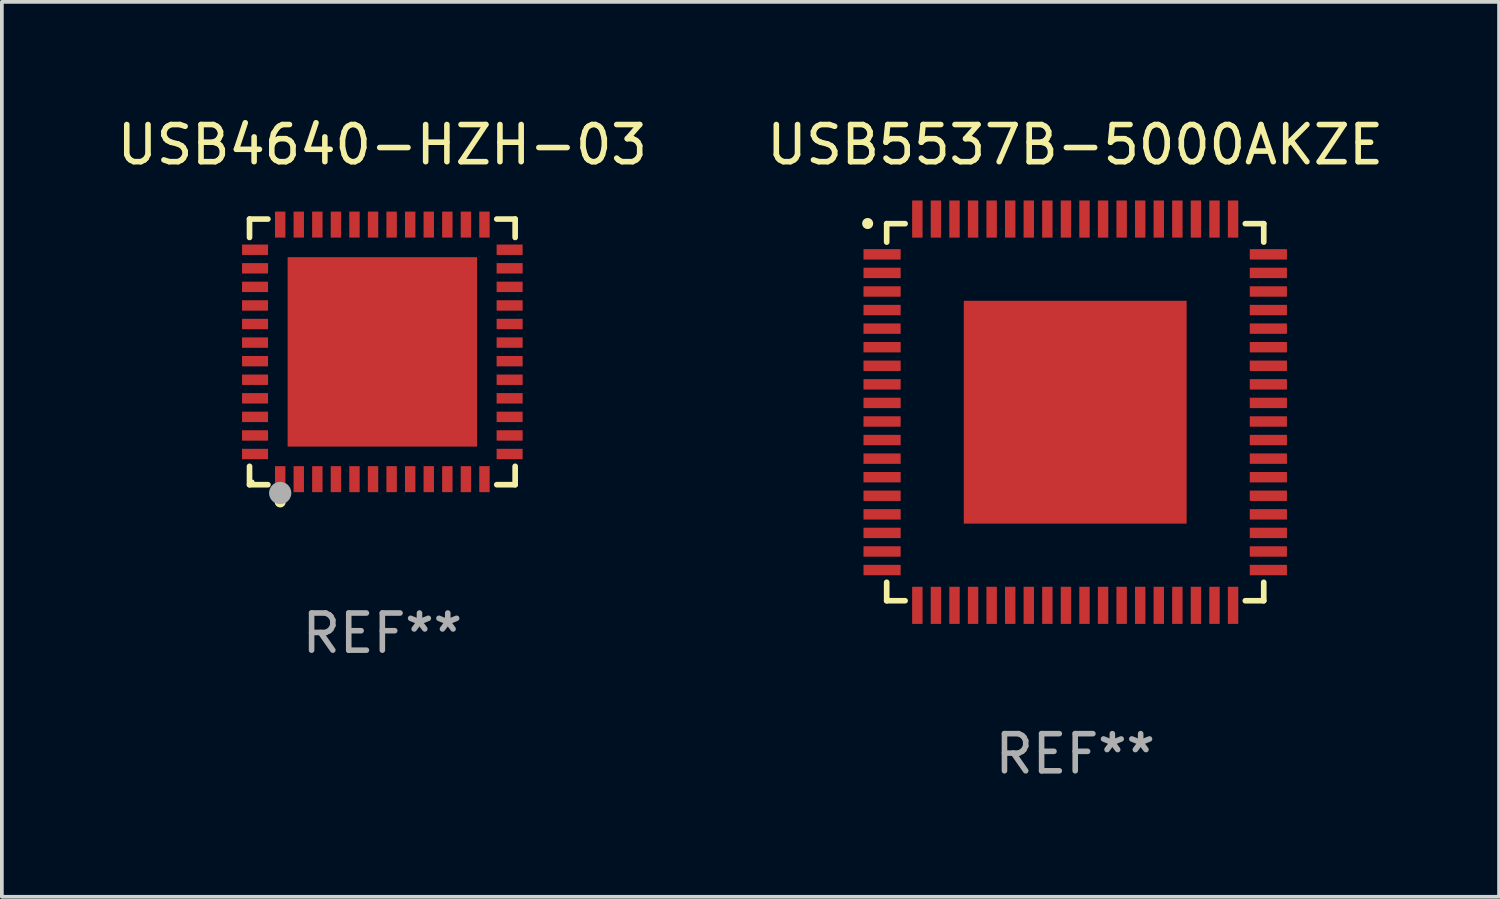
<source format=kicad_pcb>
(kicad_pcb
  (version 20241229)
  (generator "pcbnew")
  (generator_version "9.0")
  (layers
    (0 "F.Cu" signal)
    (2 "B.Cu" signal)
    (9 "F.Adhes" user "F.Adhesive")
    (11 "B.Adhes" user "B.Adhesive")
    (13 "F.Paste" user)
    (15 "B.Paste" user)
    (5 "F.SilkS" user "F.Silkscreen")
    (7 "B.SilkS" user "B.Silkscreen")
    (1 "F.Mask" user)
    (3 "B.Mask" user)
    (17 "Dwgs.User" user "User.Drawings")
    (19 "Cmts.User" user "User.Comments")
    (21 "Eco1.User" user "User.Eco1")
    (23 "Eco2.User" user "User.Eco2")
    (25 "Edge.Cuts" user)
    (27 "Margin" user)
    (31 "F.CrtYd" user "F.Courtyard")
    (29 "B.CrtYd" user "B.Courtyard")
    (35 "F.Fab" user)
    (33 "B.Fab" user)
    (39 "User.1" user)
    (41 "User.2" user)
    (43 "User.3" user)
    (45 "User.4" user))
  (footprint "USB5537B-5000AKZE"
    (layer "F.Cu")
    (at 25.899 8.048)
    (property "Reference" "USB5537B-5000AKZE" (at 0 -7.2 0) (layer "F.SilkS") (effects (font (size 1 1) (thickness 0.15))))
    (attr through_hole)
    (fp_line (start -5.076 -5.076) (end -5.076 -4.58) (stroke (width 0.152) (type solid)) (layer "F.SilkS"))
    (fp_line (start -5.076 5.076) (end -5.076 4.58) (stroke (width 0.152) (type solid)) (layer "F.SilkS"))
    (fp_line (start -4.58 -5.076) (end -5.076 -5.076) (stroke (width 0.152) (type solid)) (layer "F.SilkS"))
    (fp_line (start -4.58 5.076) (end -5.076 5.076) (stroke (width 0.152) (type solid)) (layer "F.SilkS"))
    (fp_line (start 4.58 -5.076) (end 5.076 -5.076) (stroke (width 0.152) (type solid)) (layer "F.SilkS"))
    (fp_line (start 4.58 5.076) (end 5.076 5.076) (stroke (width 0.152) (type solid)) (layer "F.SilkS"))
    (fp_line (start 5.076 -5.076) (end 5.076 -4.58) (stroke (width 0.152) (type solid)) (layer "F.SilkS"))
    (fp_line (start 5.076 5.076) (end 5.076 4.58) (stroke (width 0.152) (type solid)) (layer "F.SilkS"))
    (fp_circle (center -5.588 -5.08) (end -5.513 -5.08) (stroke (width 0.15) (type solid)) (fill no) (layer "F.SilkS"))
    (fp_text user "REF**" (at 0 9.2 0) (layer "F.Fab") (effects (font (size 1 1) (thickness 0.15))))
    (pad "1" smd rect (at -5.2 -4.25 270) (size 0.28 1) (layers "F.Cu" "F.Mask" "F.Paste"))
    (pad "2" smd rect (at -5.2 -3.75 270) (size 0.28 1) (layers "F.Cu" "F.Mask" "F.Paste"))
    (pad "3" smd rect (at -5.2 -3.25 270) (size 0.28 1) (layers "F.Cu" "F.Mask" "F.Paste"))
    (pad "4" smd rect (at -5.2 -2.75 270) (size 0.28 1) (layers "F.Cu" "F.Mask" "F.Paste"))
    (pad "5" smd rect (at -5.2 -2.25 270) (size 0.28 1) (layers "F.Cu" "F.Mask" "F.Paste"))
    (pad "6" smd rect (at -5.2 -1.75 270) (size 0.28 1) (layers "F.Cu" "F.Mask" "F.Paste"))
    (pad "7" smd rect (at -5.2 -1.25 270) (size 0.28 1) (layers "F.Cu" "F.Mask" "F.Paste"))
    (pad "8" smd rect (at -5.2 -0.75 270) (size 0.28 1) (layers "F.Cu" "F.Mask" "F.Paste"))
    (pad "9" smd rect (at -5.2 -0.25 270) (size 0.28 1) (layers "F.Cu" "F.Mask" "F.Paste"))
    (pad "10" smd rect (at -5.2 0.25 270) (size 0.28 1) (layers "F.Cu" "F.Mask" "F.Paste"))
    (pad "11" smd rect (at -5.2 0.75 270) (size 0.28 1) (layers "F.Cu" "F.Mask" "F.Paste"))
    (pad "12" smd rect (at -5.2 1.25 270) (size 0.28 1) (layers "F.Cu" "F.Mask" "F.Paste"))
    (pad "13" smd rect (at -5.2 1.75 270) (size 0.28 1) (layers "F.Cu" "F.Mask" "F.Paste"))
    (pad "14" smd rect (at -5.2 2.25 270) (size 0.28 1) (layers "F.Cu" "F.Mask" "F.Paste"))
    (pad "15" smd rect (at -5.2 2.75 270) (size 0.28 1) (layers "F.Cu" "F.Mask" "F.Paste"))
    (pad "16" smd rect (at -5.2 3.25 270) (size 0.28 1) (layers "F.Cu" "F.Mask" "F.Paste"))
    (pad "17" smd rect (at -5.2 3.75 270) (size 0.28 1) (layers "F.Cu" "F.Mask" "F.Paste"))
    (pad "18" smd rect (at -5.2 4.25 270) (size 0.28 1) (layers "F.Cu" "F.Mask" "F.Paste"))
    (pad "19" smd rect (at -4.25 5.2 270) (size 1 0.28) (layers "F.Cu" "F.Mask" "F.Paste"))
    (pad "20" smd rect (at -3.75 5.2 270) (size 1 0.28) (layers "F.Cu" "F.Mask" "F.Paste"))
    (pad "21" smd rect (at -3.25 5.2 270) (size 1 0.28) (layers "F.Cu" "F.Mask" "F.Paste"))
    (pad "22" smd rect (at -2.75 5.2 270) (size 1 0.28) (layers "F.Cu" "F.Mask" "F.Paste"))
    (pad "23" smd rect (at -2.25 5.2 270) (size 1 0.28) (layers "F.Cu" "F.Mask" "F.Paste"))
    (pad "24" smd rect (at -1.75 5.2 270) (size 1 0.28) (layers "F.Cu" "F.Mask" "F.Paste"))
    (pad "25" smd rect (at -1.25 5.2 270) (size 1 0.28) (layers "F.Cu" "F.Mask" "F.Paste"))
    (pad "26" smd rect (at -0.75 5.2 270) (size 1 0.28) (layers "F.Cu" "F.Mask" "F.Paste"))
    (pad "27" smd rect (at -0.25 5.2 270) (size 1 0.28) (layers "F.Cu" "F.Mask" "F.Paste"))
    (pad "28" smd rect (at 0.25 5.2 270) (size 1 0.28) (layers "F.Cu" "F.Mask" "F.Paste"))
    (pad "29" smd rect (at 0.75 5.2 270) (size 1 0.28) (layers "F.Cu" "F.Mask" "F.Paste"))
    (pad "30" smd rect (at 1.25 5.2 270) (size 1 0.28) (layers "F.Cu" "F.Mask" "F.Paste"))
    (pad "31" smd rect (at 1.75 5.2 270) (size 1 0.28) (layers "F.Cu" "F.Mask" "F.Paste"))
    (pad "32" smd rect (at 2.25 5.2 270) (size 1 0.28) (layers "F.Cu" "F.Mask" "F.Paste"))
    (pad "33" smd rect (at 2.75 5.2 270) (size 1 0.28) (layers "F.Cu" "F.Mask" "F.Paste"))
    (pad "34" smd rect (at 3.25 5.2 270) (size 1 0.28) (layers "F.Cu" "F.Mask" "F.Paste"))
    (pad "35" smd rect (at 3.75 5.2 270) (size 1 0.28) (layers "F.Cu" "F.Mask" "F.Paste"))
    (pad "36" smd rect (at 4.25 5.2 270) (size 1 0.28) (layers "F.Cu" "F.Mask" "F.Paste"))
    (pad "37" smd rect (at 5.2 4.25 270) (size 0.28 1) (layers "F.Cu" "F.Mask" "F.Paste"))
    (pad "38" smd rect (at 5.2 3.75 270) (size 0.28 1) (layers "F.Cu" "F.Mask" "F.Paste"))
    (pad "39" smd rect (at 5.2 3.25 270) (size 0.28 1) (layers "F.Cu" "F.Mask" "F.Paste"))
    (pad "40" smd rect (at 5.2 2.75 270) (size 0.28 1) (layers "F.Cu" "F.Mask" "F.Paste"))
    (pad "41" smd rect (at 5.2 2.25 270) (size 0.28 1) (layers "F.Cu" "F.Mask" "F.Paste"))
    (pad "42" smd rect (at 5.2 1.75 270) (size 0.28 1) (layers "F.Cu" "F.Mask" "F.Paste"))
    (pad "43" smd rect (at 5.2 1.25 270) (size 0.28 1) (layers "F.Cu" "F.Mask" "F.Paste"))
    (pad "44" smd rect (at 5.2 0.75 270) (size 0.28 1) (layers "F.Cu" "F.Mask" "F.Paste"))
    (pad "45" smd rect (at 5.2 0.25 270) (size 0.28 1) (layers "F.Cu" "F.Mask" "F.Paste"))
    (pad "46" smd rect (at 5.2 -0.25 270) (size 0.28 1) (layers "F.Cu" "F.Mask" "F.Paste"))
    (pad "47" smd rect (at 5.2 -0.75 270) (size 0.28 1) (layers "F.Cu" "F.Mask" "F.Paste"))
    (pad "48" smd rect (at 5.2 -1.25 270) (size 0.28 1) (layers "F.Cu" "F.Mask" "F.Paste"))
    (pad "49" smd rect (at 5.2 -1.75 270) (size 0.28 1) (layers "F.Cu" "F.Mask" "F.Paste"))
    (pad "50" smd rect (at 5.2 -2.25 270) (size 0.28 1) (layers "F.Cu" "F.Mask" "F.Paste"))
    (pad "51" smd rect (at 5.2 -2.75 270) (size 0.28 1) (layers "F.Cu" "F.Mask" "F.Paste"))
    (pad "52" smd rect (at 5.2 -3.25 270) (size 0.28 1) (layers "F.Cu" "F.Mask" "F.Paste"))
    (pad "53" smd rect (at 5.2 -3.75 270) (size 0.28 1) (layers "F.Cu" "F.Mask" "F.Paste"))
    (pad "54" smd rect (at 5.2 -4.25 270) (size 0.28 1) (layers "F.Cu" "F.Mask" "F.Paste"))
    (pad "55" smd rect (at 4.25 -5.2 270) (size 1 0.28) (layers "F.Cu" "F.Mask" "F.Paste"))
    (pad "56" smd rect (at 3.75 -5.2 270) (size 1 0.28) (layers "F.Cu" "F.Mask" "F.Paste"))
    (pad "57" smd rect (at 3.25 -5.2 270) (size 1 0.28) (layers "F.Cu" "F.Mask" "F.Paste"))
    (pad "58" smd rect (at 2.75 -5.2 270) (size 1 0.28) (layers "F.Cu" "F.Mask" "F.Paste"))
    (pad "59" smd rect (at 2.25 -5.2 270) (size 1 0.28) (layers "F.Cu" "F.Mask" "F.Paste"))
    (pad "60" smd rect (at 1.75 -5.2 270) (size 1 0.28) (layers "F.Cu" "F.Mask" "F.Paste"))
    (pad "61" smd rect (at 1.25 -5.2 270) (size 1 0.28) (layers "F.Cu" "F.Mask" "F.Paste"))
    (pad "62" smd rect (at 0.75 -5.2 270) (size 1 0.28) (layers "F.Cu" "F.Mask" "F.Paste"))
    (pad "63" smd rect (at 0.25 -5.2 270) (size 1 0.28) (layers "F.Cu" "F.Mask" "F.Paste"))
    (pad "64" smd rect (at -0.25 -5.2 270) (size 1 0.28) (layers "F.Cu" "F.Mask" "F.Paste"))
    (pad "65" smd rect (at -0.75 -5.2 270) (size 1 0.28) (layers "F.Cu" "F.Mask" "F.Paste"))
    (pad "66" smd rect (at -1.25 -5.2 270) (size 1 0.28) (layers "F.Cu" "F.Mask" "F.Paste"))
    (pad "67" smd rect (at -1.75 -5.2 270) (size 1 0.28) (layers "F.Cu" "F.Mask" "F.Paste"))
    (pad "68" smd rect (at -2.25 -5.2 270) (size 1 0.28) (layers "F.Cu" "F.Mask" "F.Paste"))
    (pad "69" smd rect (at -2.75 -5.2 270) (size 1 0.28) (layers "F.Cu" "F.Mask" "F.Paste"))
    (pad "70" smd rect (at -3.25 -5.2 270) (size 1 0.28) (layers "F.Cu" "F.Mask" "F.Paste"))
    (pad "71" smd rect (at -3.75 -5.2 270) (size 1 0.28) (layers "F.Cu" "F.Mask" "F.Paste"))
    (pad "72" smd rect (at -4.25 -5.2 270) (size 1 0.28) (layers "F.Cu" "F.Mask" "F.Paste"))
    (pad "73" smd rect (at 0.000025 -0.000076 270) (size 6 6) (layers "F.Cu" "F.Mask" "F.Paste")))
  (footprint "USB4640-HZH-03"
    (layer "F.Cu")
    (at 7.244 6.424)
    (property "Reference" "USB4640-HZH-03" (at 0 -5.576 0) (layer "F.SilkS") (effects (font (size 1 1) (thickness 0.15))))
    (attr through_hole)
    (fp_line (start -3.576 -3.576) (end -3.081 -3.576) (stroke (width 0.152) (type solid)) (layer "F.SilkS"))
    (fp_line (start -3.576 -3.081) (end -3.576 -3.576) (stroke (width 0.152) (type solid)) (layer "F.SilkS"))
    (fp_line (start -3.576 3.081) (end -3.576 3.576) (stroke (width 0.152) (type solid)) (layer "F.SilkS"))
    (fp_line (start -3.576 3.576) (end -3.081 3.576) (stroke (width 0.152) (type solid)) (layer "F.SilkS"))
    (fp_line (start 3.576 -3.576) (end 3.081 -3.576) (stroke (width 0.152) (type solid)) (layer "F.SilkS"))
    (fp_line (start 3.576 -3.081) (end 3.576 -3.576) (stroke (width 0.152) (type solid)) (layer "F.SilkS"))
    (fp_line (start 3.576 3.081) (end 3.576 3.576) (stroke (width 0.152) (type solid)) (layer "F.SilkS"))
    (fp_line (start 3.576 3.576) (end 3.081 3.576) (stroke (width 0.152) (type solid)) (layer "F.SilkS"))
    (fp_circle (center -3.5 3.5) (end -3.47 3.5) (stroke (width 0.06) (type solid)) (fill no) (layer "F.SilkS"))
    (fp_circle (center -2.75 4.04) (end -2.675 4.04) (stroke (width 0.15) (type solid)) (fill no) (layer "F.SilkS"))
    (fp_circle (center -2.75 3.8) (end -2.6 3.8) (stroke (width 0.3) (type solid)) (fill no) (layer "F.Fab"))
    (fp_text user "REF**" (at 0 7.576 0) (layer "F.Fab") (effects (font (size 1 1) (thickness 0.15))))
    (pad "1" smd rect (at -2.75 3.427) (size 0.28 0.7) (layers "F.Cu" "F.Mask" "F.Paste"))
    (pad "2" smd rect (at -2.25 3.427) (size 0.28 0.7) (layers "F.Cu" "F.Mask" "F.Paste"))
    (pad "3" smd rect (at -1.75 3.427) (size 0.28 0.7) (layers "F.Cu" "F.Mask" "F.Paste"))
    (pad "4" smd rect (at -1.25 3.427) (size 0.28 0.7) (layers "F.Cu" "F.Mask" "F.Paste"))
    (pad "5" smd rect (at -0.75 3.427) (size 0.28 0.7) (layers "F.Cu" "F.Mask" "F.Paste"))
    (pad "6" smd rect (at -0.25 3.427) (size 0.28 0.7) (layers "F.Cu" "F.Mask" "F.Paste"))
    (pad "7" smd rect (at 0.25 3.427) (size 0.28 0.7) (layers "F.Cu" "F.Mask" "F.Paste"))
    (pad "8" smd rect (at 0.75 3.427) (size 0.28 0.7) (layers "F.Cu" "F.Mask" "F.Paste"))
    (pad "9" smd rect (at 1.25 3.427) (size 0.28 0.7) (layers "F.Cu" "F.Mask" "F.Paste"))
    (pad "10" smd rect (at 1.75 3.427) (size 0.28 0.7) (layers "F.Cu" "F.Mask" "F.Paste"))
    (pad "11" smd rect (at 2.25 3.427) (size 0.28 0.7) (layers "F.Cu" "F.Mask" "F.Paste"))
    (pad "12" smd rect (at 2.75 3.427) (size 0.28 0.7) (layers "F.Cu" "F.Mask" "F.Paste"))
    (pad "13" smd rect (at 3.427 2.75) (size 0.7 0.28) (layers "F.Cu" "F.Mask" "F.Paste"))
    (pad "14" smd rect (at 3.427 2.25) (size 0.7 0.28) (layers "F.Cu" "F.Mask" "F.Paste"))
    (pad "15" smd rect (at 3.427 1.75) (size 0.7 0.28) (layers "F.Cu" "F.Mask" "F.Paste"))
    (pad "16" smd rect (at 3.427 1.25) (size 0.7 0.28) (layers "F.Cu" "F.Mask" "F.Paste"))
    (pad "17" smd rect (at 3.427 0.75) (size 0.7 0.28) (layers "F.Cu" "F.Mask" "F.Paste"))
    (pad "18" smd rect (at 3.427 0.25) (size 0.7 0.28) (layers "F.Cu" "F.Mask" "F.Paste"))
    (pad "19" smd rect (at 3.427 -0.25) (size 0.7 0.28) (layers "F.Cu" "F.Mask" "F.Paste"))
    (pad "20" smd rect (at 3.427 -0.75) (size 0.7 0.28) (layers "F.Cu" "F.Mask" "F.Paste"))
    (pad "21" smd rect (at 3.427 -1.25) (size 0.7 0.28) (layers "F.Cu" "F.Mask" "F.Paste"))
    (pad "22" smd rect (at 3.427 -1.75) (size 0.7 0.28) (layers "F.Cu" "F.Mask" "F.Paste"))
    (pad "23" smd rect (at 3.427 -2.25) (size 0.7 0.28) (layers "F.Cu" "F.Mask" "F.Paste"))
    (pad "24" smd rect (at 3.427 -2.75) (size 0.7 0.28) (layers "F.Cu" "F.Mask" "F.Paste"))
    (pad "25" smd rect (at 2.75 -3.427) (size 0.28 0.7) (layers "F.Cu" "F.Mask" "F.Paste"))
    (pad "26" smd rect (at 2.25 -3.427) (size 0.28 0.7) (layers "F.Cu" "F.Mask" "F.Paste"))
    (pad "27" smd rect (at 1.75 -3.427) (size 0.28 0.7) (layers "F.Cu" "F.Mask" "F.Paste"))
    (pad "28" smd rect (at 1.25 -3.427) (size 0.28 0.7) (layers "F.Cu" "F.Mask" "F.Paste"))
    (pad "29" smd rect (at 0.75 -3.427) (size 0.28 0.7) (layers "F.Cu" "F.Mask" "F.Paste"))
    (pad "30" smd rect (at 0.25 -3.427) (size 0.28 0.7) (layers "F.Cu" "F.Mask" "F.Paste"))
    (pad "31" smd rect (at -0.25 -3.427) (size 0.28 0.7) (layers "F.Cu" "F.Mask" "F.Paste"))
    (pad "32" smd rect (at -0.75 -3.427) (size 0.28 0.7) (layers "F.Cu" "F.Mask" "F.Paste"))
    (pad "33" smd rect (at -1.25 -3.427) (size 0.28 0.7) (layers "F.Cu" "F.Mask" "F.Paste"))
    (pad "34" smd rect (at -1.75 -3.427) (size 0.28 0.7) (layers "F.Cu" "F.Mask" "F.Paste"))
    (pad "35" smd rect (at -2.25 -3.427) (size 0.28 0.7) (layers "F.Cu" "F.Mask" "F.Paste"))
    (pad "36" smd rect (at -2.75 -3.427) (size 0.28 0.7) (layers "F.Cu" "F.Mask" "F.Paste"))
    (pad "37" smd rect (at -3.427 -2.75) (size 0.7 0.28) (layers "F.Cu" "F.Mask" "F.Paste"))
    (pad "38" smd rect (at -3.427 -2.25) (size 0.7 0.28) (layers "F.Cu" "F.Mask" "F.Paste"))
    (pad "39" smd rect (at -3.427 -1.75) (size 0.7 0.28) (layers "F.Cu" "F.Mask" "F.Paste"))
    (pad "40" smd rect (at -3.427 -1.25) (size 0.7 0.28) (layers "F.Cu" "F.Mask" "F.Paste"))
    (pad "41" smd rect (at -3.427 -0.75) (size 0.7 0.28) (layers "F.Cu" "F.Mask" "F.Paste"))
    (pad "42" smd rect (at -3.427 -0.25) (size 0.7 0.28) (layers "F.Cu" "F.Mask" "F.Paste"))
    (pad "43" smd rect (at -3.427 0.25) (size 0.7 0.28) (layers "F.Cu" "F.Mask" "F.Paste"))
    (pad "44" smd rect (at -3.427 0.75) (size 0.7 0.28) (layers "F.Cu" "F.Mask" "F.Paste"))
    (pad "45" smd rect (at -3.427 1.25) (size 0.7 0.28) (layers "F.Cu" "F.Mask" "F.Paste"))
    (pad "46" smd rect (at -3.427 1.75) (size 0.7 0.28) (layers "F.Cu" "F.Mask" "F.Paste"))
    (pad "47" smd rect (at -3.427 2.25) (size 0.7 0.28) (layers "F.Cu" "F.Mask" "F.Paste"))
    (pad "48" smd rect (at -3.427 2.75) (size 0.7 0.28) (layers "F.Cu" "F.Mask" "F.Paste"))
    (pad "49" smd rect (at 0 0) (size 5.1 5.1) (layers "F.Cu" "F.Mask" "F.Paste")))
  (gr_rect
    (start -3 -3)
    (end 37.31 21.096)
    (stroke (width 0.1) (type default))
    (fill no)
    (layer "Edge.Cuts")))
</source>
